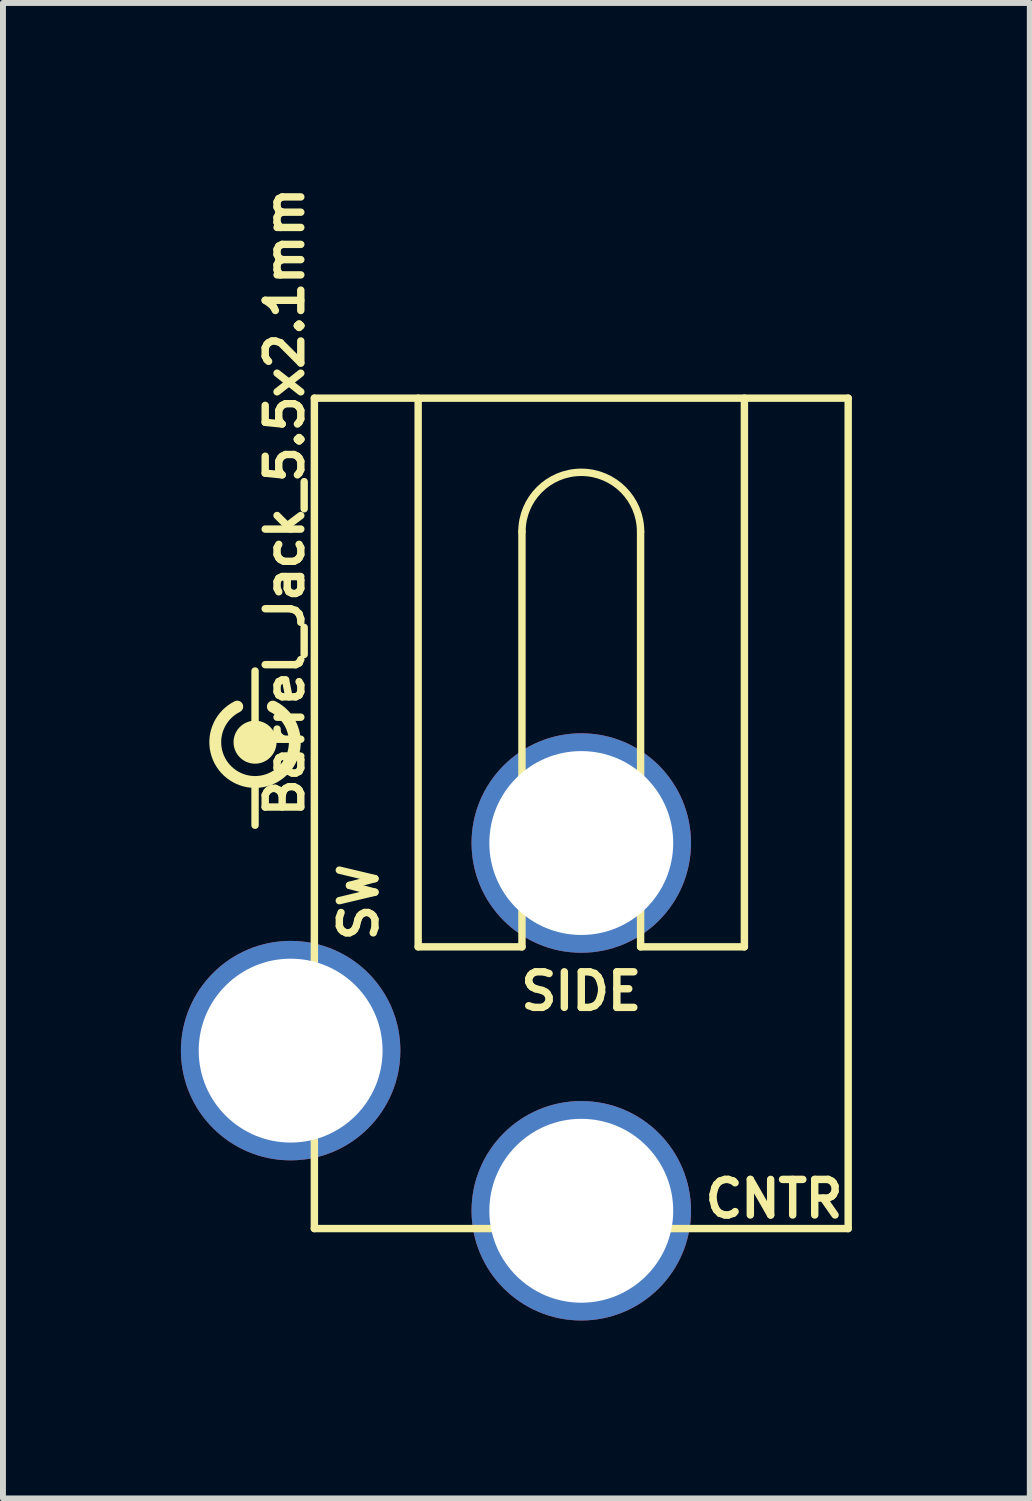
<source format=kicad_pcb>
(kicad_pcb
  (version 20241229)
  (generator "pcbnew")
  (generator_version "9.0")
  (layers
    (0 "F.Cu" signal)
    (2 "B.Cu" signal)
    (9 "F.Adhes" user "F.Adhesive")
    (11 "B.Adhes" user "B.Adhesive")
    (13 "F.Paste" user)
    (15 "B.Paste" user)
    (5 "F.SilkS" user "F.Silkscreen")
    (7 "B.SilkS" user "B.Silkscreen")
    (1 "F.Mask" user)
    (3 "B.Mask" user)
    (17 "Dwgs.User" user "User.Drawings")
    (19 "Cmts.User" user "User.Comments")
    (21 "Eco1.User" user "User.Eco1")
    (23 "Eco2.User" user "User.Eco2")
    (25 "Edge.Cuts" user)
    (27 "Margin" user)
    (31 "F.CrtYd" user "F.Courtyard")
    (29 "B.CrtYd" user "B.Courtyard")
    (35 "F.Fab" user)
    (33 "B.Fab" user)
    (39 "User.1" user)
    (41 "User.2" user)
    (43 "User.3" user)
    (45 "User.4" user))
  (footprint "Barrel_Jack_5.5x2.1mm"
    (layer "F.Cu")
    (at 6.75 3.663)
    (property "Reference" "Barrel_Jack_5.5x2.1mm" (at -5 1.75 90) (layer "F.SilkS") (effects (font (size 0.6 0.6) (thickness 0.125))))
    (attr through_hole)
    (fp_line (start -5.5 4.6) (end -5.5 5.8) (stroke (width 0.125) (type solid)) (layer "F.SilkS"))
    (fp_line (start -5.5 6.5) (end -5.5 7.2) (stroke (width 0.125) (type solid)) (layer "F.SilkS"))
    (fp_line (start -4.5 0) (end 4.5 0) (stroke (width 0.125) (type solid)) (layer "F.SilkS"))
    (fp_line (start -4.5 14) (end -4.5 0) (stroke (width 0.125) (type solid)) (layer "F.SilkS"))
    (fp_line (start -2.75 0) (end -2.75 9.25) (stroke (width 0.125) (type solid)) (layer "F.SilkS"))
    (fp_line (start -2.75 9.25) (end -1 9.25) (stroke (width 0.125) (type solid)) (layer "F.SilkS"))
    (fp_line (start -1 9.25) (end -1 2.25) (stroke (width 0.125) (type solid)) (layer "F.SilkS"))
    (fp_line (start 1 9.25) (end 1 2.25) (stroke (width 0.125) (type solid)) (layer "F.SilkS"))
    (fp_line (start 2.75 0) (end 2.75 9.25) (stroke (width 0.125) (type solid)) (layer "F.SilkS"))
    (fp_line (start 2.75 9.25) (end 1 9.25) (stroke (width 0.125) (type solid)) (layer "F.SilkS"))
    (fp_line (start 4.5 0) (end 4.5 14) (stroke (width 0.125) (type solid)) (layer "F.SilkS"))
    (fp_line (start 4.5 14) (end -4.5 14) (stroke (width 0.125) (type solid)) (layer "F.SilkS"))
    (fp_arc (start -5.2 5.2) (mid -5.5 6.47082) (end -5.8 5.2) (stroke (width 0.2) (type solid)) (layer "F.SilkS"))
    (fp_arc (start -1 2.25) (mid 0 1.25) (end 1 2.25) (stroke (width 0.125) (type solid)) (layer "F.SilkS"))
    (fp_circle (center -5.5 5.8) (end -5.4 5.8) (stroke (width 0.125) (type solid)) (fill no) (layer "F.SilkS"))
    (fp_circle (center -5.5 5.8) (end -5.3 5.8) (stroke (width 0.125) (type solid)) (fill no) (layer "F.SilkS"))
    (fp_circle (center -5.5 5.8) (end -5.2 5.8) (stroke (width 0.125) (type solid)) (fill no) (layer "F.SilkS"))
    (fp_text user "CNTR" (at 3.25 13.5 0) (layer "F.SilkS") (effects (font (size 0.6 0.6) (thickness 0.125))))
    (fp_text user "SIDE" (at 0 10 0) (layer "F.SilkS") (effects (font (size 0.6 0.6) (thickness 0.125))))
    (fp_text user "SW" (at -3.75 8.5 90) (layer "F.SilkS") (effects (font (size 0.6 0.6) (thickness 0.125))))
    (pad "1" thru_hole circle (at 0 13.7) (size 3.7 3.7) (drill 3.1) (layers "*.Cu" "*.Mask"))
    (pad "2" thru_hole circle (at 0 7.5) (size 3.7 3.7) (drill 3.1) (layers "*.Cu" "*.Mask"))
    (pad "3" thru_hole circle (at -4.9 11) (size 3.7 3.7) (drill 3.1) (layers "*.Cu" "*.Mask")))
  (gr_rect
    (start -3 -3)
    (end 14.312 22.213)
    (stroke (width 0.1) (type default))
    (fill no)
    (layer "Edge.Cuts")))
</source>
